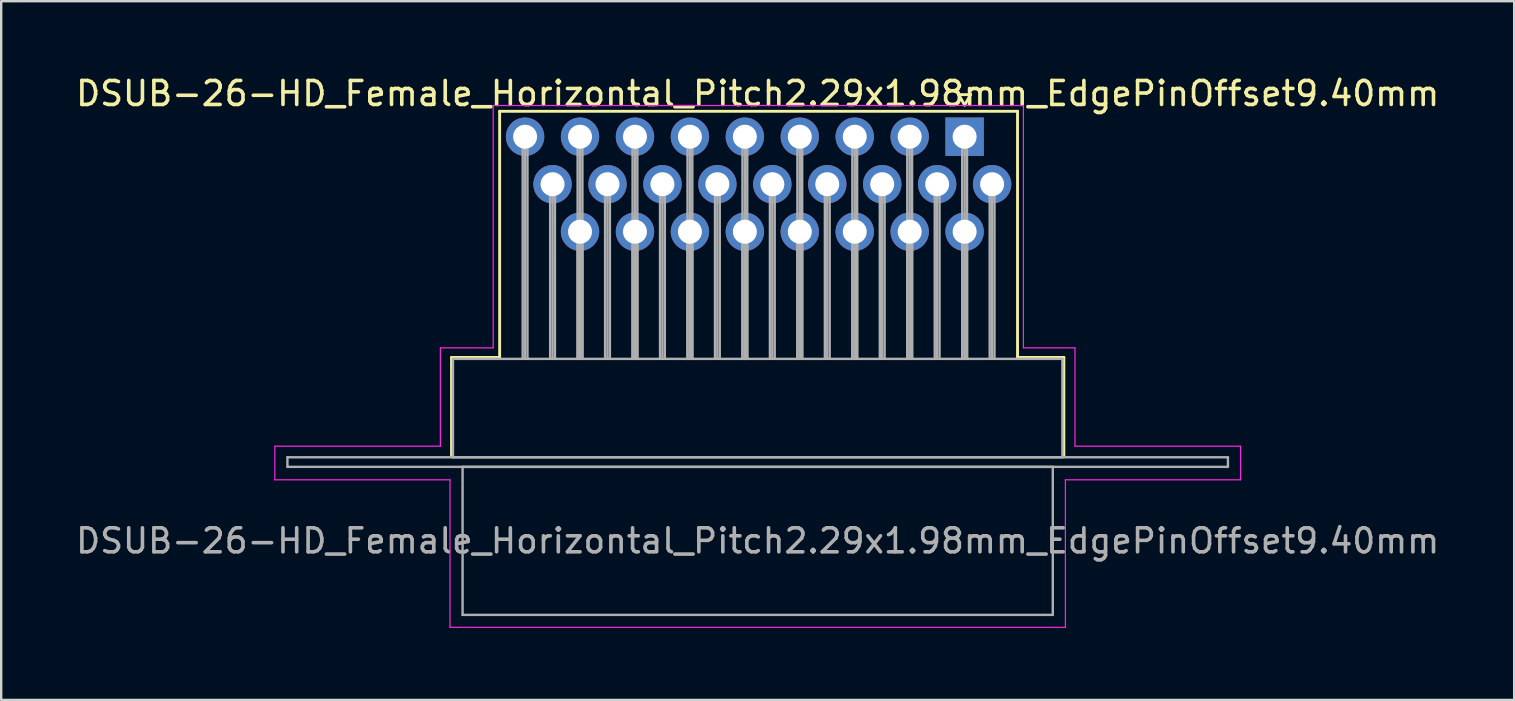
<source format=kicad_pcb>
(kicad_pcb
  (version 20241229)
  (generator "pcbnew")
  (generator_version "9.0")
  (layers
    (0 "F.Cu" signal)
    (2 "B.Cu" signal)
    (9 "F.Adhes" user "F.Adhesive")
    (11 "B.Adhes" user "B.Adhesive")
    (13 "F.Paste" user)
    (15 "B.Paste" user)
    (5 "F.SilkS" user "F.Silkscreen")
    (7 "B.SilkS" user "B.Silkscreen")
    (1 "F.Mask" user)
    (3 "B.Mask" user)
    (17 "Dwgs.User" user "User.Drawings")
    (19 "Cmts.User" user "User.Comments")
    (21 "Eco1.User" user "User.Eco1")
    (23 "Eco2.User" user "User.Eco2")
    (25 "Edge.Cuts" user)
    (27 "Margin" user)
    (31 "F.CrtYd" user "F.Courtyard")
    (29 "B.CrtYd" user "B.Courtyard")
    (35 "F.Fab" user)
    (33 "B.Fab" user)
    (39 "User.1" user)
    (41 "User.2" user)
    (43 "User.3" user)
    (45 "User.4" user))
  (footprint "DSUB-26-HD_Female_Horizontal_Pitch2.29x1.98mm_EdgePinOffset9.40mm"
    (layer "F.Cu")
    (at 37.155 2.648)
    (property "Reference" "DSUB-26-HD_Female_Horizontal_Pitch2.29x1.98mm_EdgePinOffset9.40mm" (at -8.625 -1.8 0) (layer "F.SilkS") (effects (font (size 1 1) (thickness 0.15))))
    (attr through_hole)
    (fp_line (start -21.385 9.2) (end -19.38 9.2) (stroke (width 0.12) (type solid)) (layer "F.SilkS"))
    (fp_line (start -21.385 13.3) (end -21.385 9.2) (stroke (width 0.12) (type solid)) (layer "F.SilkS"))
    (fp_line (start -19.38 -1.06) (end 2.205 -1.06) (stroke (width 0.12) (type solid)) (layer "F.SilkS"))
    (fp_line (start -19.38 9.2) (end -19.38 -1.06) (stroke (width 0.12) (type solid)) (layer "F.SilkS"))
    (fp_line (start -0.25 -1.754) (end 0.25 -1.754) (stroke (width 0.12) (type solid)) (layer "F.SilkS"))
    (fp_line (start 0 -1.321) (end -0.25 -1.754) (stroke (width 0.12) (type solid)) (layer "F.SilkS"))
    (fp_line (start 0.25 -1.754) (end 0 -1.321) (stroke (width 0.12) (type solid)) (layer "F.SilkS"))
    (fp_line (start 2.205 -1.06) (end 2.205 9.2) (stroke (width 0.12) (type solid)) (layer "F.SilkS"))
    (fp_line (start 2.205 9.2) (end 4.135 9.2) (stroke (width 0.12) (type solid)) (layer "F.SilkS"))
    (fp_line (start 4.135 9.2) (end 4.135 13.3) (stroke (width 0.12) (type solid)) (layer "F.SilkS"))
    (fp_line (start -28.75 12.9) (end -21.85 12.9) (stroke (width 0.05) (type solid)) (layer "F.CrtYd"))
    (fp_line (start -28.75 14.3) (end -28.75 12.9) (stroke (width 0.05) (type solid)) (layer "F.CrtYd"))
    (fp_line (start -21.85 8.8) (end -19.65 8.8) (stroke (width 0.05) (type solid)) (layer "F.CrtYd"))
    (fp_line (start -21.85 12.9) (end -21.85 8.8) (stroke (width 0.05) (type solid)) (layer "F.CrtYd"))
    (fp_line (start -21.45 14.3) (end -28.75 14.3) (stroke (width 0.05) (type solid)) (layer "F.CrtYd"))
    (fp_line (start -21.45 20.45) (end -21.45 14.3) (stroke (width 0.05) (type solid)) (layer "F.CrtYd"))
    (fp_line (start -19.65 -1.3) (end 2.45 -1.3) (stroke (width 0.05) (type solid)) (layer "F.CrtYd"))
    (fp_line (start -19.65 8.8) (end -19.65 -1.3) (stroke (width 0.05) (type solid)) (layer "F.CrtYd"))
    (fp_line (start 2.45 -1.3) (end 2.45 8.8) (stroke (width 0.05) (type solid)) (layer "F.CrtYd"))
    (fp_line (start 2.45 8.8) (end 4.6 8.8) (stroke (width 0.05) (type solid)) (layer "F.CrtYd"))
    (fp_line (start 4.2 14.3) (end 4.2 20.45) (stroke (width 0.05) (type solid)) (layer "F.CrtYd"))
    (fp_line (start 4.2 20.45) (end -21.45 20.45) (stroke (width 0.05) (type solid)) (layer "F.CrtYd"))
    (fp_line (start 4.6 8.8) (end 4.6 12.9) (stroke (width 0.05) (type solid)) (layer "F.CrtYd"))
    (fp_line (start 4.6 12.9) (end 11.5 12.9) (stroke (width 0.05) (type solid)) (layer "F.CrtYd"))
    (fp_line (start 11.5 12.9) (end 11.5 14.3) (stroke (width 0.05) (type solid)) (layer "F.CrtYd"))
    (fp_line (start 11.5 14.3) (end 4.2 14.3) (stroke (width 0.05) (type solid)) (layer "F.CrtYd"))
    (fp_line (start -28.225 13.36) (end -28.225 13.76) (stroke (width 0.1) (type solid)) (layer "F.Fab"))
    (fp_line (start -28.225 13.76) (end 10.975 13.76) (stroke (width 0.1) (type solid)) (layer "F.Fab"))
    (fp_line (start -21.325 9.26) (end -21.325 13.36) (stroke (width 0.1) (type solid)) (layer "F.Fab"))
    (fp_line (start -21.325 13.36) (end 4.075 13.36) (stroke (width 0.1) (type solid)) (layer "F.Fab"))
    (fp_line (start -20.925 13.76) (end -20.925 19.93) (stroke (width 0.1) (type solid)) (layer "F.Fab"))
    (fp_line (start -20.925 19.93) (end 3.675 19.93) (stroke (width 0.1) (type solid)) (layer "F.Fab"))
    (fp_line (start -18.42 0) (end -18.42 9.26) (stroke (width 0.1) (type solid)) (layer "F.Fab"))
    (fp_line (start -18.32 0) (end -18.32 9.26) (stroke (width 0.1) (type solid)) (layer "F.Fab"))
    (fp_line (start -18.22 0) (end -18.22 9.26) (stroke (width 0.1) (type solid)) (layer "F.Fab"))
    (fp_line (start -17.275 1.98) (end -17.275 9.26) (stroke (width 0.1) (type solid)) (layer "F.Fab"))
    (fp_line (start -17.175 1.98) (end -17.175 9.26) (stroke (width 0.1) (type solid)) (layer "F.Fab"))
    (fp_line (start -17.075 1.98) (end -17.075 9.26) (stroke (width 0.1) (type solid)) (layer "F.Fab"))
    (fp_line (start -16.13 0) (end -16.13 9.26) (stroke (width 0.1) (type solid)) (layer "F.Fab"))
    (fp_line (start -16.13 3.96) (end -16.13 9.26) (stroke (width 0.1) (type solid)) (layer "F.Fab"))
    (fp_line (start -16.03 0) (end -16.03 9.26) (stroke (width 0.1) (type solid)) (layer "F.Fab"))
    (fp_line (start -16.03 3.96) (end -16.03 9.26) (stroke (width 0.1) (type solid)) (layer "F.Fab"))
    (fp_line (start -15.93 0) (end -15.93 9.26) (stroke (width 0.1) (type solid)) (layer "F.Fab"))
    (fp_line (start -15.93 3.96) (end -15.93 9.26) (stroke (width 0.1) (type solid)) (layer "F.Fab"))
    (fp_line (start -14.985 1.98) (end -14.985 9.26) (stroke (width 0.1) (type solid)) (layer "F.Fab"))
    (fp_line (start -14.885 1.98) (end -14.885 9.26) (stroke (width 0.1) (type solid)) (layer "F.Fab"))
    (fp_line (start -14.785 1.98) (end -14.785 9.26) (stroke (width 0.1) (type solid)) (layer "F.Fab"))
    (fp_line (start -13.84 0) (end -13.84 9.26) (stroke (width 0.1) (type solid)) (layer "F.Fab"))
    (fp_line (start -13.84 3.96) (end -13.84 9.26) (stroke (width 0.1) (type solid)) (layer "F.Fab"))
    (fp_line (start -13.74 0) (end -13.74 9.26) (stroke (width 0.1) (type solid)) (layer "F.Fab"))
    (fp_line (start -13.74 3.96) (end -13.74 9.26) (stroke (width 0.1) (type solid)) (layer "F.Fab"))
    (fp_line (start -13.64 0) (end -13.64 9.26) (stroke (width 0.1) (type solid)) (layer "F.Fab"))
    (fp_line (start -13.64 3.96) (end -13.64 9.26) (stroke (width 0.1) (type solid)) (layer "F.Fab"))
    (fp_line (start -12.695 1.98) (end -12.695 9.26) (stroke (width 0.1) (type solid)) (layer "F.Fab"))
    (fp_line (start -12.595 1.98) (end -12.595 9.26) (stroke (width 0.1) (type solid)) (layer "F.Fab"))
    (fp_line (start -12.495 1.98) (end -12.495 9.26) (stroke (width 0.1) (type solid)) (layer "F.Fab"))
    (fp_line (start -11.55 0) (end -11.55 9.26) (stroke (width 0.1) (type solid)) (layer "F.Fab"))
    (fp_line (start -11.55 3.96) (end -11.55 9.26) (stroke (width 0.1) (type solid)) (layer "F.Fab"))
    (fp_line (start -11.45 0) (end -11.45 9.26) (stroke (width 0.1) (type solid)) (layer "F.Fab"))
    (fp_line (start -11.45 3.96) (end -11.45 9.26) (stroke (width 0.1) (type solid)) (layer "F.Fab"))
    (fp_line (start -11.35 0) (end -11.35 9.26) (stroke (width 0.1) (type solid)) (layer "F.Fab"))
    (fp_line (start -11.35 3.96) (end -11.35 9.26) (stroke (width 0.1) (type solid)) (layer "F.Fab"))
    (fp_line (start -10.405 1.98) (end -10.405 9.26) (stroke (width 0.1) (type solid)) (layer "F.Fab"))
    (fp_line (start -10.305 1.98) (end -10.305 9.26) (stroke (width 0.1) (type solid)) (layer "F.Fab"))
    (fp_line (start -10.205 1.98) (end -10.205 9.26) (stroke (width 0.1) (type solid)) (layer "F.Fab"))
    (fp_line (start -9.26 0) (end -9.26 9.26) (stroke (width 0.1) (type solid)) (layer "F.Fab"))
    (fp_line (start -9.26 3.96) (end -9.26 9.26) (stroke (width 0.1) (type solid)) (layer "F.Fab"))
    (fp_line (start -9.16 0) (end -9.16 9.26) (stroke (width 0.1) (type solid)) (layer "F.Fab"))
    (fp_line (start -9.16 3.96) (end -9.16 9.26) (stroke (width 0.1) (type solid)) (layer "F.Fab"))
    (fp_line (start -9.06 0) (end -9.06 9.26) (stroke (width 0.1) (type solid)) (layer "F.Fab"))
    (fp_line (start -9.06 3.96) (end -9.06 9.26) (stroke (width 0.1) (type solid)) (layer "F.Fab"))
    (fp_line (start -8.115 1.98) (end -8.115 9.26) (stroke (width 0.1) (type solid)) (layer "F.Fab"))
    (fp_line (start -8.015 1.98) (end -8.015 9.26) (stroke (width 0.1) (type solid)) (layer "F.Fab"))
    (fp_line (start -7.915 1.98) (end -7.915 9.26) (stroke (width 0.1) (type solid)) (layer "F.Fab"))
    (fp_line (start -6.97 0) (end -6.97 9.26) (stroke (width 0.1) (type solid)) (layer "F.Fab"))
    (fp_line (start -6.97 3.96) (end -6.97 9.26) (stroke (width 0.1) (type solid)) (layer "F.Fab"))
    (fp_line (start -6.87 0) (end -6.87 9.26) (stroke (width 0.1) (type solid)) (layer "F.Fab"))
    (fp_line (start -6.87 3.96) (end -6.87 9.26) (stroke (width 0.1) (type solid)) (layer "F.Fab"))
    (fp_line (start -6.77 0) (end -6.77 9.26) (stroke (width 0.1) (type solid)) (layer "F.Fab"))
    (fp_line (start -6.77 3.96) (end -6.77 9.26) (stroke (width 0.1) (type solid)) (layer "F.Fab"))
    (fp_line (start -5.825 1.98) (end -5.825 9.26) (stroke (width 0.1) (type solid)) (layer "F.Fab"))
    (fp_line (start -5.725 1.98) (end -5.725 9.26) (stroke (width 0.1) (type solid)) (layer "F.Fab"))
    (fp_line (start -5.625 1.98) (end -5.625 9.26) (stroke (width 0.1) (type solid)) (layer "F.Fab"))
    (fp_line (start -4.68 0) (end -4.68 9.26) (stroke (width 0.1) (type solid)) (layer "F.Fab"))
    (fp_line (start -4.68 3.96) (end -4.68 9.26) (stroke (width 0.1) (type solid)) (layer "F.Fab"))
    (fp_line (start -4.58 0) (end -4.58 9.26) (stroke (width 0.1) (type solid)) (layer "F.Fab"))
    (fp_line (start -4.58 3.96) (end -4.58 9.26) (stroke (width 0.1) (type solid)) (layer "F.Fab"))
    (fp_line (start -4.48 0) (end -4.48 9.26) (stroke (width 0.1) (type solid)) (layer "F.Fab"))
    (fp_line (start -4.48 3.96) (end -4.48 9.26) (stroke (width 0.1) (type solid)) (layer "F.Fab"))
    (fp_line (start -3.535 1.98) (end -3.535 9.26) (stroke (width 0.1) (type solid)) (layer "F.Fab"))
    (fp_line (start -3.435 1.98) (end -3.435 9.26) (stroke (width 0.1) (type solid)) (layer "F.Fab"))
    (fp_line (start -3.335 1.98) (end -3.335 9.26) (stroke (width 0.1) (type solid)) (layer "F.Fab"))
    (fp_line (start -2.39 0) (end -2.39 9.26) (stroke (width 0.1) (type solid)) (layer "F.Fab"))
    (fp_line (start -2.39 3.96) (end -2.39 9.26) (stroke (width 0.1) (type solid)) (layer "F.Fab"))
    (fp_line (start -2.29 0) (end -2.29 9.26) (stroke (width 0.1) (type solid)) (layer "F.Fab"))
    (fp_line (start -2.29 3.96) (end -2.29 9.26) (stroke (width 0.1) (type solid)) (layer "F.Fab"))
    (fp_line (start -2.19 0) (end -2.19 9.26) (stroke (width 0.1) (type solid)) (layer "F.Fab"))
    (fp_line (start -2.19 3.96) (end -2.19 9.26) (stroke (width 0.1) (type solid)) (layer "F.Fab"))
    (fp_line (start -1.245 1.98) (end -1.245 9.26) (stroke (width 0.1) (type solid)) (layer "F.Fab"))
    (fp_line (start -1.145 1.98) (end -1.145 9.26) (stroke (width 0.1) (type solid)) (layer "F.Fab"))
    (fp_line (start -1.045 1.98) (end -1.045 9.26) (stroke (width 0.1) (type solid)) (layer "F.Fab"))
    (fp_line (start -0.1 0) (end -0.1 9.26) (stroke (width 0.1) (type solid)) (layer "F.Fab"))
    (fp_line (start -0.1 3.96) (end -0.1 9.26) (stroke (width 0.1) (type solid)) (layer "F.Fab"))
    (fp_line (start 0 0) (end 0 9.26) (stroke (width 0.1) (type solid)) (layer "F.Fab"))
    (fp_line (start 0 3.96) (end 0 9.26) (stroke (width 0.1) (type solid)) (layer "F.Fab"))
    (fp_line (start 0.1 0) (end 0.1 9.26) (stroke (width 0.1) (type solid)) (layer "F.Fab"))
    (fp_line (start 0.1 3.96) (end 0.1 9.26) (stroke (width 0.1) (type solid)) (layer "F.Fab"))
    (fp_line (start 1.045 1.98) (end 1.045 9.26) (stroke (width 0.1) (type solid)) (layer "F.Fab"))
    (fp_line (start 1.145 1.98) (end 1.145 9.26) (stroke (width 0.1) (type solid)) (layer "F.Fab"))
    (fp_line (start 1.245 1.98) (end 1.245 9.26) (stroke (width 0.1) (type solid)) (layer "F.Fab"))
    (fp_line (start 3.675 13.76) (end -20.925 13.76) (stroke (width 0.1) (type solid)) (layer "F.Fab"))
    (fp_line (start 3.675 19.93) (end 3.675 13.76) (stroke (width 0.1) (type solid)) (layer "F.Fab"))
    (fp_line (start 4.075 9.26) (end -21.325 9.26) (stroke (width 0.1) (type solid)) (layer "F.Fab"))
    (fp_line (start 4.075 13.36) (end 4.075 9.26) (stroke (width 0.1) (type solid)) (layer "F.Fab"))
    (fp_line (start 10.975 13.36) (end -28.225 13.36) (stroke (width 0.1) (type solid)) (layer "F.Fab"))
    (fp_line (start 10.975 13.76) (end 10.975 13.36) (stroke (width 0.1) (type solid)) (layer "F.Fab"))
    (fp_text user "${REFERENCE}" (at -8.625 16.845 0) (layer "F.Fab") (effects (font (size 1 1) (thickness 0.15))))
    (pad "1" thru_hole rect (at 0 0) (size 1.6 1.6) (drill 1) (layers "*.Cu" "*.Mask"))
    (pad "2" thru_hole circle (at -2.29 0) (size 1.6 1.6) (drill 1) (layers "*.Cu" "*.Mask"))
    (pad "3" thru_hole circle (at -4.58 0) (size 1.6 1.6) (drill 1) (layers "*.Cu" "*.Mask"))
    (pad "4" thru_hole circle (at -6.87 0) (size 1.6 1.6) (drill 1) (layers "*.Cu" "*.Mask"))
    (pad "5" thru_hole circle (at -9.16 0) (size 1.6 1.6) (drill 1) (layers "*.Cu" "*.Mask"))
    (pad "6" thru_hole circle (at -11.45 0) (size 1.6 1.6) (drill 1) (layers "*.Cu" "*.Mask"))
    (pad "7" thru_hole circle (at -13.74 0) (size 1.6 1.6) (drill 1) (layers "*.Cu" "*.Mask"))
    (pad "8" thru_hole circle (at -16.03 0) (size 1.6 1.6) (drill 1) (layers "*.Cu" "*.Mask"))
    (pad "9" thru_hole circle (at -18.32 0) (size 1.6 1.6) (drill 1) (layers "*.Cu" "*.Mask"))
    (pad "10" thru_hole circle (at 1.145 1.98) (size 1.6 1.6) (drill 1) (layers "*.Cu" "*.Mask"))
    (pad "11" thru_hole circle (at -1.145 1.98) (size 1.6 1.6) (drill 1) (layers "*.Cu" "*.Mask"))
    (pad "12" thru_hole circle (at -3.435 1.98) (size 1.6 1.6) (drill 1) (layers "*.Cu" "*.Mask"))
    (pad "13" thru_hole circle (at -5.725 1.98) (size 1.6 1.6) (drill 1) (layers "*.Cu" "*.Mask"))
    (pad "14" thru_hole circle (at -8.015 1.98) (size 1.6 1.6) (drill 1) (layers "*.Cu" "*.Mask"))
    (pad "15" thru_hole circle (at -10.305 1.98) (size 1.6 1.6) (drill 1) (layers "*.Cu" "*.Mask"))
    (pad "16" thru_hole circle (at -12.595 1.98) (size 1.6 1.6) (drill 1) (layers "*.Cu" "*.Mask"))
    (pad "17" thru_hole circle (at -14.885 1.98) (size 1.6 1.6) (drill 1) (layers "*.Cu" "*.Mask"))
    (pad "18" thru_hole circle (at -17.175 1.98) (size 1.6 1.6) (drill 1) (layers "*.Cu" "*.Mask"))
    (pad "19" thru_hole circle (at 0 3.96) (size 1.6 1.6) (drill 1) (layers "*.Cu" "*.Mask"))
    (pad "20" thru_hole circle (at -2.29 3.96) (size 1.6 1.6) (drill 1) (layers "*.Cu" "*.Mask"))
    (pad "21" thru_hole circle (at -4.58 3.96) (size 1.6 1.6) (drill 1) (layers "*.Cu" "*.Mask"))
    (pad "22" thru_hole circle (at -6.87 3.96) (size 1.6 1.6) (drill 1) (layers "*.Cu" "*.Mask"))
    (pad "23" thru_hole circle (at -9.16 3.96) (size 1.6 1.6) (drill 1) (layers "*.Cu" "*.Mask"))
    (pad "24" thru_hole circle (at -11.45 3.96) (size 1.6 1.6) (drill 1) (layers "*.Cu" "*.Mask"))
    (pad "25" thru_hole circle (at -13.74 3.96) (size 1.6 1.6) (drill 1) (layers "*.Cu" "*.Mask"))
    (pad "26" thru_hole circle (at -16.03 3.96) (size 1.6 1.6) (drill 1) (layers "*.Cu" "*.Mask")))
  (gr_rect
    (start -3 -3)
    (end 60.06 26.123)
    (stroke (width 0.1) (type default))
    (fill no)
    (layer "Edge.Cuts")))
</source>
